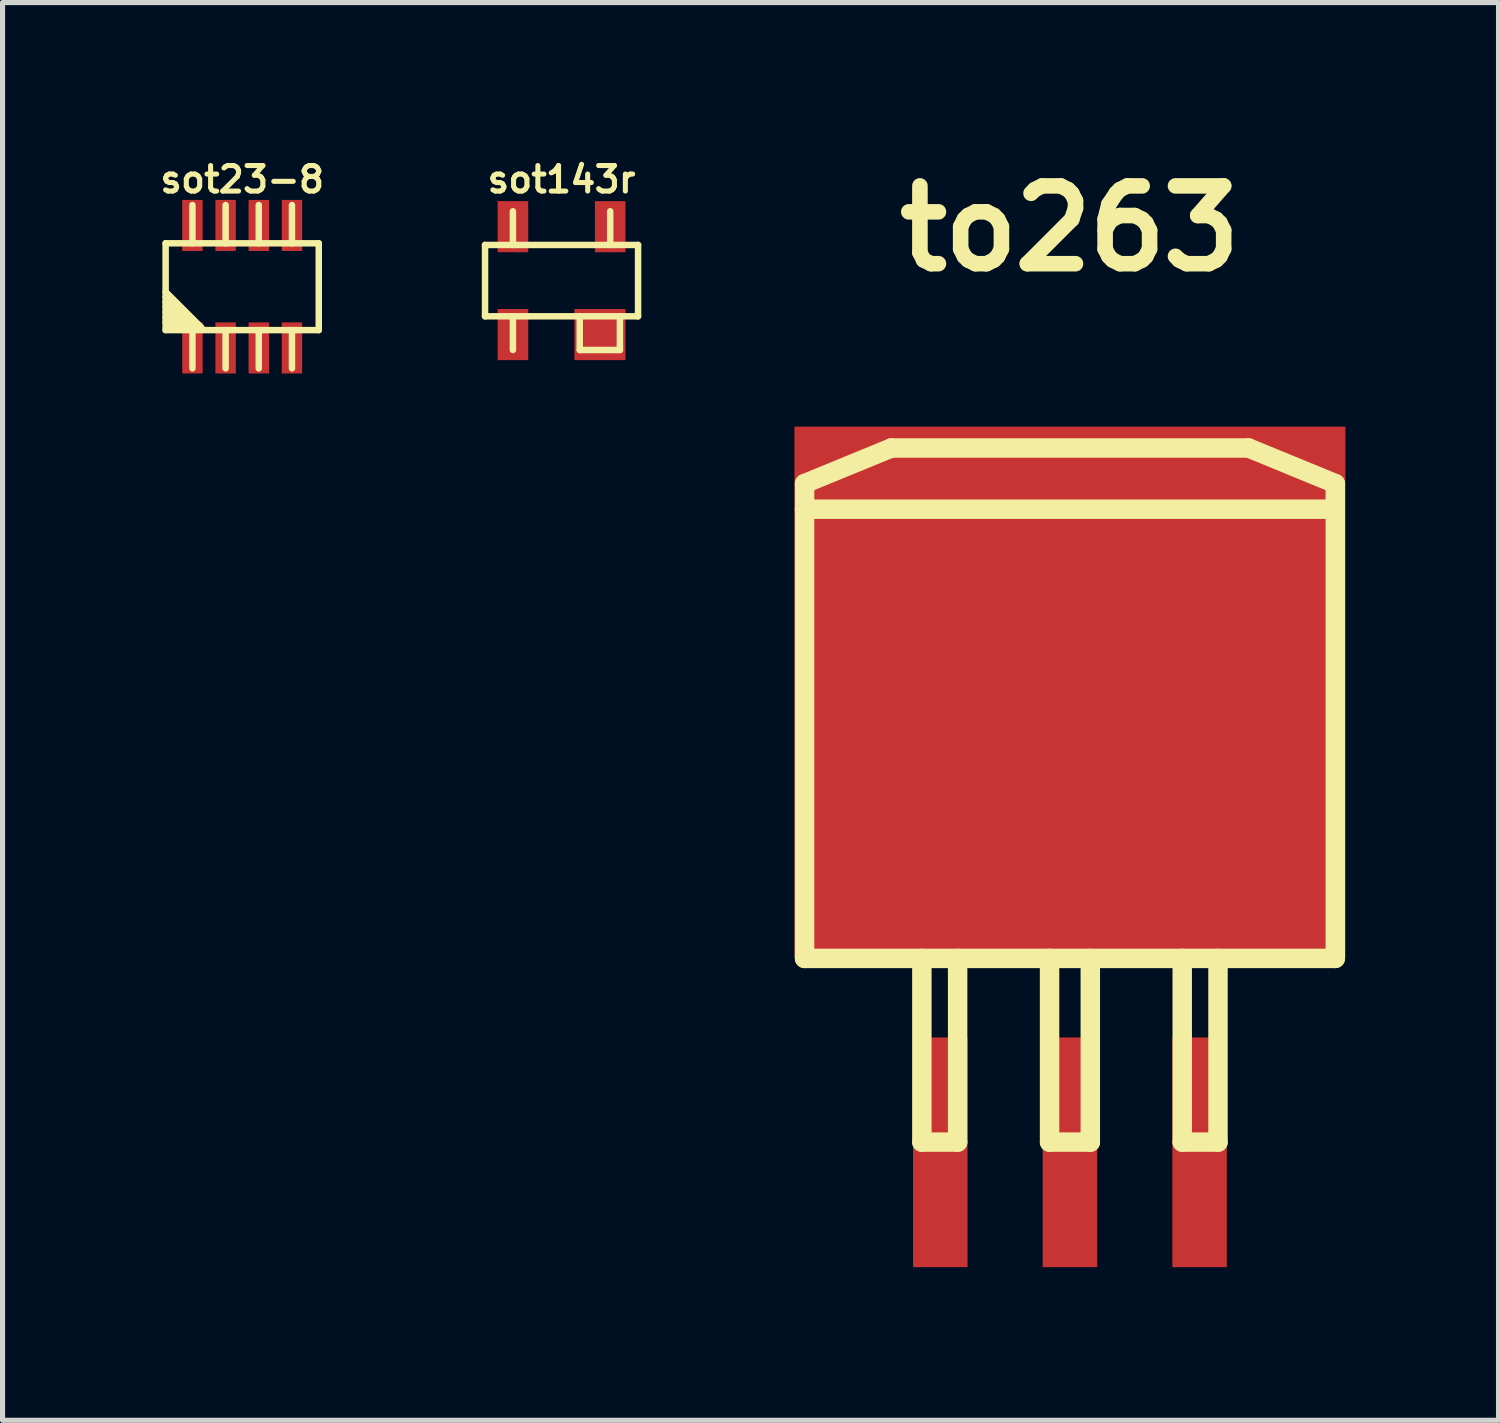
<source format=kicad_pcb>
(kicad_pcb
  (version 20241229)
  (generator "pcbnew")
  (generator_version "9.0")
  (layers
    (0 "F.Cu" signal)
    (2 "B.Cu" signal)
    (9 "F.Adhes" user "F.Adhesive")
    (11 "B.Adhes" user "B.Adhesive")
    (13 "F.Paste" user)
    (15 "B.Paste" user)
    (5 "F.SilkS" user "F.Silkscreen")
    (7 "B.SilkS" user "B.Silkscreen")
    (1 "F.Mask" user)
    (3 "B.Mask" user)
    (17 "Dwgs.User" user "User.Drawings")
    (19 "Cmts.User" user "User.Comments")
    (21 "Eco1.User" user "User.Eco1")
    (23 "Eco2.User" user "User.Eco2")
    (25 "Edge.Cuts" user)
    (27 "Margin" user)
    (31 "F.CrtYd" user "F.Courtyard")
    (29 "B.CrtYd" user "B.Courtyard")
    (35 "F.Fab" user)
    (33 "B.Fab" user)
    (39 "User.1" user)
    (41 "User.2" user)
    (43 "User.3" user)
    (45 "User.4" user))
  (footprint "to263"
    (layer "F.Cu")
    (at 17.912 13.926)
    (property "Reference" "to263" (at 0 -12.499 0) (layer "F.SilkS") (effects (font (size 1.524 1.524) (thickness 0.305))))
    (attr through_hole)
    (fp_line (start -5.199 -7.501) (end -3.5 -8.199) (stroke (width 0.381) (type solid)) (layer "F.SilkS"))
    (fp_line (start -5.199 -7) (end -5.199 -7.501) (stroke (width 0.381) (type solid)) (layer "F.SilkS"))
    (fp_line (start -5.199 -7) (end -5.199 1.801) (stroke (width 0.381) (type solid)) (layer "F.SilkS"))
    (fp_line (start -5.199 1.801) (end 5.199 1.801) (stroke (width 0.381) (type solid)) (layer "F.SilkS"))
    (fp_line (start -3.5 -8.199) (end 3.5 -8.199) (stroke (width 0.381) (type solid)) (layer "F.SilkS"))
    (fp_line (start -2.901 1.801) (end -2.901 5.4) (stroke (width 0.381) (type solid)) (layer "F.SilkS"))
    (fp_line (start -2.901 5.4) (end -2.2 5.4) (stroke (width 0.381) (type solid)) (layer "F.SilkS"))
    (fp_line (start -2.2 5.4) (end -2.2 1.801) (stroke (width 0.381) (type solid)) (layer "F.SilkS"))
    (fp_line (start -0.399 1.801) (end -0.399 5.4) (stroke (width 0.381) (type solid)) (layer "F.SilkS"))
    (fp_line (start -0.399 5.4) (end 0.399 5.4) (stroke (width 0.381) (type solid)) (layer "F.SilkS"))
    (fp_line (start 0.399 5.4) (end 0.399 1.801) (stroke (width 0.381) (type solid)) (layer "F.SilkS"))
    (fp_line (start 2.2 1.801) (end 2.2 5.4) (stroke (width 0.381) (type solid)) (layer "F.SilkS"))
    (fp_line (start 2.2 5.4) (end 2.901 5.4) (stroke (width 0.381) (type solid)) (layer "F.SilkS"))
    (fp_line (start 2.901 5.4) (end 2.901 1.801) (stroke (width 0.381) (type solid)) (layer "F.SilkS"))
    (fp_line (start 3.5 -8.199) (end 5.199 -7.501) (stroke (width 0.381) (type solid)) (layer "F.SilkS"))
    (fp_line (start 5.199 -7.501) (end 5.199 -7) (stroke (width 0.381) (type solid)) (layer "F.SilkS"))
    (fp_line (start 5.199 -7) (end -5.199 -7) (stroke (width 0.381) (type solid)) (layer "F.SilkS"))
    (fp_line (start 5.199 1.801) (end 5.199 -7) (stroke (width 0.381) (type solid)) (layer "F.SilkS"))
    (pad "1" smd rect (at -2.54 5.6) (size 1.067 4.5) (layers "F.Cu" "F.Mask" "F.Paste"))
    (pad "2" smd rect (at 0 -3.414) (size 10.795 10.406) (layers "F.Cu" "F.Mask" "F.Paste"))
    (pad "2" smd rect (at 0 5.6) (size 1.067 4.5) (layers "F.Cu" "F.Mask" "F.Paste"))
    (pad "3" smd rect (at 2.54 5.6) (size 1.067 4.5) (layers "F.Cu" "F.Mask" "F.Paste")))
  (footprint "sot143r"
    (layer "F.Cu")
    (at 7.952 2.448)
    (property "Reference" "sot143r" (at 0 -1.981 0) (layer "F.SilkS") (effects (font (size 0.5 0.5) (thickness 0.099))))
    (attr through_hole)
    (fp_line (start -1.499 -0.699) (end 1.499 -0.699) (stroke (width 0.127) (type solid)) (layer "F.SilkS"))
    (fp_line (start -1.499 0.699) (end -1.499 -0.699) (stroke (width 0.127) (type solid)) (layer "F.SilkS"))
    (fp_line (start -0.953 -0.699) (end -0.953 -1.359) (stroke (width 0.127) (type solid)) (layer "F.SilkS"))
    (fp_line (start -0.953 0.699) (end -0.953 1.359) (stroke (width 0.127) (type solid)) (layer "F.SilkS"))
    (fp_line (start 0.356 0.699) (end 0.356 1.359) (stroke (width 0.127) (type solid)) (layer "F.SilkS"))
    (fp_line (start 0.356 1.359) (end 1.143 1.359) (stroke (width 0.127) (type solid)) (layer "F.SilkS"))
    (fp_line (start 0.953 -0.699) (end 0.953 -1.359) (stroke (width 0.127) (type solid)) (layer "F.SilkS"))
    (fp_line (start 1.143 0.699) (end 1.143 1.359) (stroke (width 0.127) (type solid)) (layer "F.SilkS"))
    (fp_line (start 1.499 -0.699) (end 1.499 0.699) (stroke (width 0.127) (type solid)) (layer "F.SilkS"))
    (fp_line (start 1.499 0.699) (end -1.499 0.699) (stroke (width 0.127) (type solid)) (layer "F.SilkS"))
    (pad "1" smd rect (at 0.752 1.057) (size 1.001 1.001) (layers "F.Cu" "F.Mask" "F.Paste"))
    (pad "2" smd rect (at -0.953 1.057) (size 0.599 1.001) (layers "F.Cu" "F.Mask" "F.Paste"))
    (pad "3" smd rect (at -0.953 -1.057) (size 0.599 1.001) (layers "F.Cu" "F.Mask" "F.Paste"))
    (pad "4" smd rect (at 0.953 -1.057) (size 0.599 1.001) (layers "F.Cu" "F.Mask" "F.Paste")))
  (footprint "sot23-8"
    (layer "F.Cu")
    (at 1.695 2.567)
    (property "Reference" "sot23-8" (at 0 -2.1 0) (layer "F.SilkS") (effects (font (size 0.5 0.5) (thickness 0.099))))
    (attr through_hole)
    (fp_line (start -1.5 -0.85) (end 1.5 -0.85) (stroke (width 0.127) (type solid)) (layer "F.SilkS"))
    (fp_line (start -1.5 0.1) (end -0.8 0.8) (stroke (width 0.127) (type solid)) (layer "F.SilkS"))
    (fp_line (start -1.5 0.2) (end -0.9 0.8) (stroke (width 0.127) (type solid)) (layer "F.SilkS"))
    (fp_line (start -1.5 0.3) (end -1 0.8) (stroke (width 0.127) (type solid)) (layer "F.SilkS"))
    (fp_line (start -1.5 0.4) (end -1.1 0.8) (stroke (width 0.127) (type solid)) (layer "F.SilkS"))
    (fp_line (start -1.5 0.5) (end -1.2 0.8) (stroke (width 0.127) (type solid)) (layer "F.SilkS"))
    (fp_line (start -1.5 0.6) (end -1.3 0.8) (stroke (width 0.127) (type solid)) (layer "F.SilkS"))
    (fp_line (start -1.5 0.7) (end -1.4 0.8) (stroke (width 0.127) (type solid)) (layer "F.SilkS"))
    (fp_line (start -1.5 0.85) (end -1.5 -0.85) (stroke (width 0.127) (type solid)) (layer "F.SilkS"))
    (fp_line (start -0.975 -0.85) (end -0.975 -1.6) (stroke (width 0.127) (type solid)) (layer "F.SilkS"))
    (fp_line (start -0.975 0.85) (end -0.975 1.6) (stroke (width 0.127) (type solid)) (layer "F.SilkS"))
    (fp_line (start -0.325 -0.85) (end -0.325 -1.6) (stroke (width 0.127) (type solid)) (layer "F.SilkS"))
    (fp_line (start -0.325 0.85) (end -0.325 1.6) (stroke (width 0.127) (type solid)) (layer "F.SilkS"))
    (fp_line (start 0.325 -0.85) (end 0.325 -1.6) (stroke (width 0.127) (type solid)) (layer "F.SilkS"))
    (fp_line (start 0.325 0.85) (end 0.325 1.6) (stroke (width 0.127) (type solid)) (layer "F.SilkS"))
    (fp_line (start 0.975 -0.85) (end 0.975 -1.6) (stroke (width 0.127) (type solid)) (layer "F.SilkS"))
    (fp_line (start 0.975 0.85) (end 0.975 1.6) (stroke (width 0.127) (type solid)) (layer "F.SilkS"))
    (fp_line (start 1.5 -0.85) (end 1.5 0.85) (stroke (width 0.127) (type solid)) (layer "F.SilkS"))
    (fp_line (start 1.5 0.85) (end -1.5 0.85) (stroke (width 0.127) (type solid)) (layer "F.SilkS"))
    (pad "1" smd rect (at -0.975 1.2) (size 0.4 1) (layers "F.Cu" "F.Mask" "F.Paste"))
    (pad "2" smd rect (at -0.325 1.2) (size 0.4 1) (layers "F.Cu" "F.Mask" "F.Paste"))
    (pad "3" smd rect (at 0.325 1.2) (size 0.4 1) (layers "F.Cu" "F.Mask" "F.Paste"))
    (pad "4" smd rect (at 0.975 1.2) (size 0.4 1) (layers "F.Cu" "F.Mask" "F.Paste"))
    (pad "5" smd rect (at 0.975 -1.2) (size 0.4 1) (layers "F.Cu" "F.Mask" "F.Paste"))
    (pad "6" smd rect (at 0.325 -1.2) (size 0.4 1) (layers "F.Cu" "F.Mask" "F.Paste"))
    (pad "7" smd rect (at -0.325 -1.2) (size 0.4 1) (layers "F.Cu" "F.Mask" "F.Paste"))
    (pad "8" smd rect (at -0.975 -1.2) (size 0.4 1) (layers "F.Cu" "F.Mask" "F.Paste")))
  (gr_rect
    (start -3 -3)
    (end 26.309 24.776)
    (stroke (width 0.1) (type default))
    (fill no)
    (layer "Edge.Cuts")))
</source>
